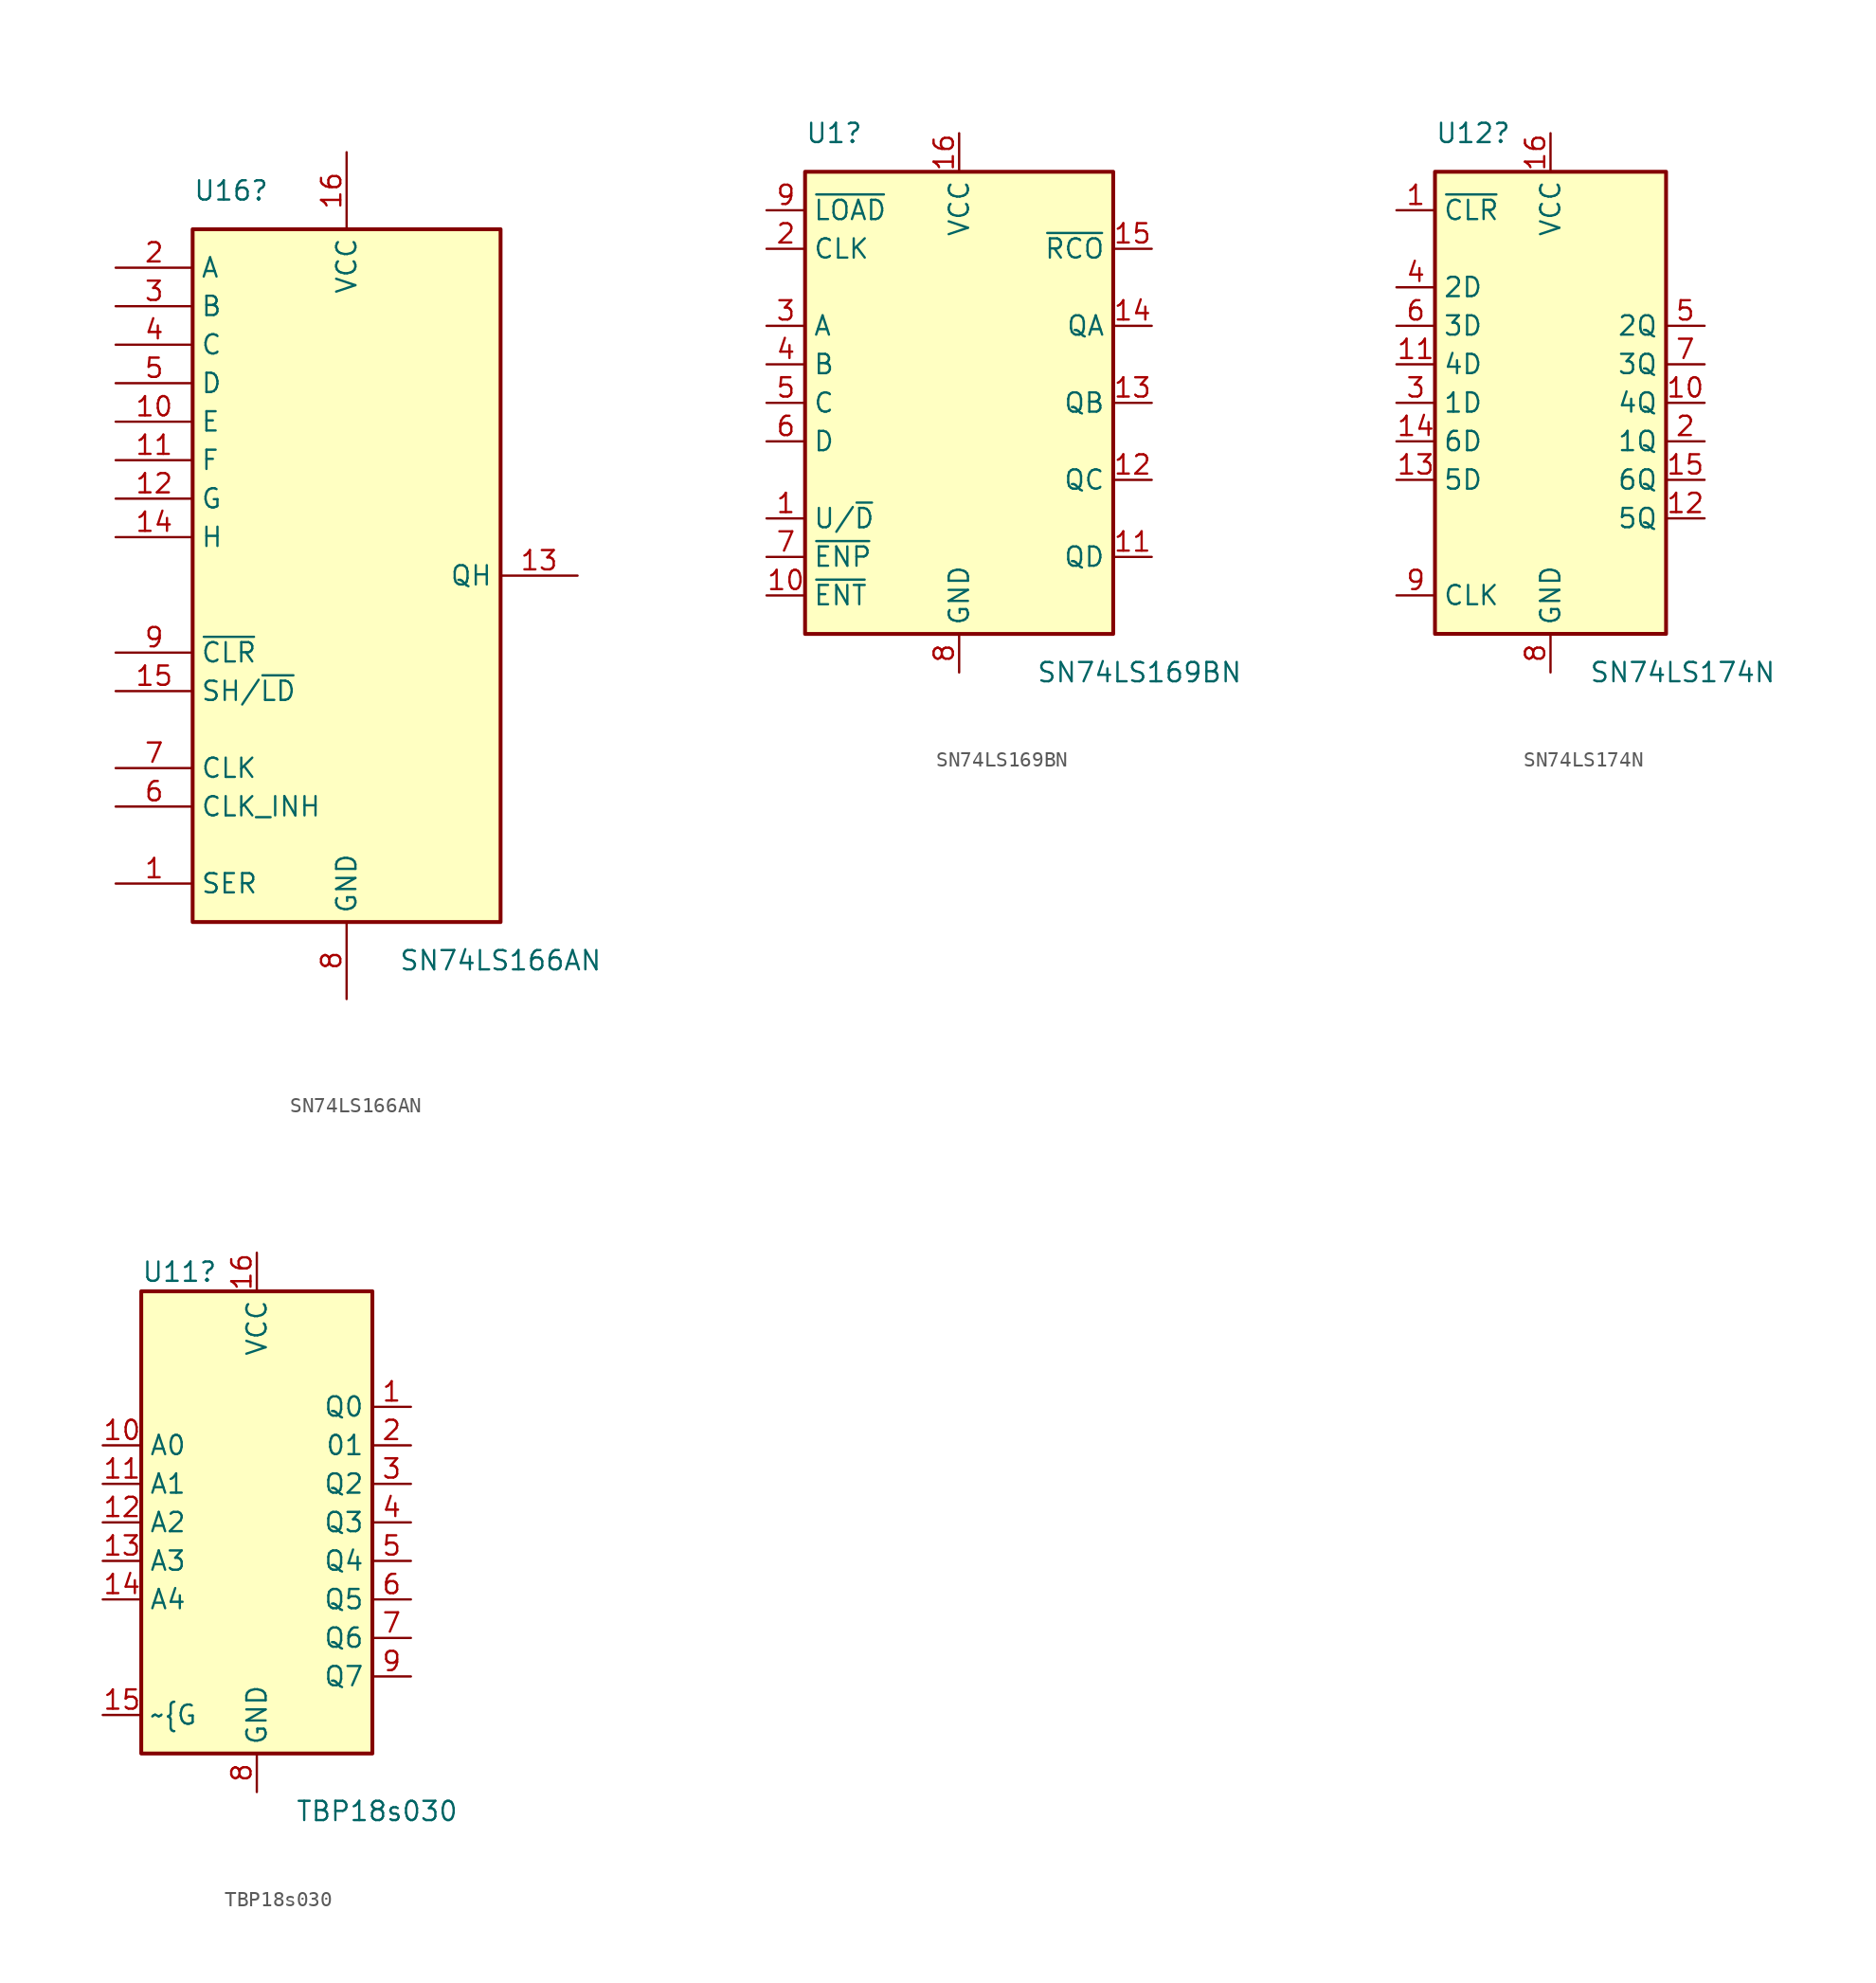
<source format=kicad_sym>
(kicad_symbol_lib
  (version 20211014)
  (generator kicad_symbol_editor)
  (symbol "SN74LS166AN"
    (property "Reference" "U16"
      (at -7.62 25.4 0)
      (effects (font (size 1.27 1.27))))
    (property "Value" "SN74LS166AN"
      (at 10.16 -25.4 0)
      (effects (font (size 1.27 1.27))))
    (symbol "SN74LS166AN_0_0"
      (pin input line (at -15.24 -20.32 0) (length 5.08) (name "SER" (effects (font (size 1.27 1.27)))) (number "1" (effects (font (size 1.27 1.27)))))
      (pin input line (at -15.24 10.16 0) (length 5.08) (name "E" (effects (font (size 1.27 1.27)))) (number "10" (effects (font (size 1.27 1.27)))))
      (pin input line (at -15.24 7.62 0) (length 5.08) (name "F" (effects (font (size 1.27 1.27)))) (number "11" (effects (font (size 1.27 1.27)))))
      (pin input line (at -15.24 5.08 0) (length 5.08) (name "G" (effects (font (size 1.27 1.27)))) (number "12" (effects (font (size 1.27 1.27)))))
      (pin output line (at 15.24 0 180) (length 5.08) (name "QH" (effects (font (size 1.27 1.27)))) (number "13" (effects (font (size 1.27 1.27)))))
      (pin input line (at -15.24 2.54 0) (length 5.08) (name "H" (effects (font (size 1.27 1.27)))) (number "14" (effects (font (size 1.27 1.27)))))
      (pin input line (at -15.24 -7.62 0) (length 5.08) (name "SH/~{LD}" (effects (font (size 1.27 1.27)))) (number "15" (effects (font (size 1.27 1.27)))))
      (pin passive line (at 0 27.94 270) (length 5.08) (name "VCC" (effects (font (size 1.27 1.27)))) (number "16" (effects (font (size 1.27 1.27)))))
      (pin input line (at -15.24 20.32 0) (length 5.08) (name "A" (effects (font (size 1.27 1.27)))) (number "2" (effects (font (size 1.27 1.27)))))
      (pin input line (at -15.24 17.78 0) (length 5.08) (name "B" (effects (font (size 1.27 1.27)))) (number "3" (effects (font (size 1.27 1.27)))))
      (pin input line (at -15.24 15.24 0) (length 5.08) (name "C" (effects (font (size 1.27 1.27)))) (number "4" (effects (font (size 1.27 1.27)))))
      (pin input line (at -15.24 12.7 0) (length 5.08) (name "D" (effects (font (size 1.27 1.27)))) (number "5" (effects (font (size 1.27 1.27)))))
      (pin input line (at -15.24 -15.24 0) (length 5.08) (name "CLK_INH" (effects (font (size 1.27 1.27)))) (number "6" (effects (font (size 1.27 1.27)))))
      (pin input line (at -15.24 -12.7 0) (length 5.08) (name "CLK" (effects (font (size 1.27 1.27)))) (number "7" (effects (font (size 1.27 1.27)))))
      (pin passive line (at 0 -27.94 90) (length 5.08) (name "GND" (effects (font (size 1.27 1.27)))) (number "8" (effects (font (size 1.27 1.27)))))
      (pin input line (at -15.24 -5.08 0) (length 5.08) (name "~{CLR}" (effects (font (size 1.27 1.27)))) (number "9" (effects (font (size 1.27 1.27))))))
    (symbol "SN74LS166AN_0_1"
      (polyline (pts (xy -10.16 22.86) (xy 10.16 22.86) (xy 10.16 -22.86) (xy -10.16 -22.86) (xy -10.16 22.86)) (stroke (width 0.254) (type default) (color 0 0 0 0)) (fill (type background)))))
  (symbol "SN74LS169BN"
    (property "Reference" "U1"
      (at -10.16 17.78 0)
      (effects (font (size 1.27 1.27)) (justify left)))
    (property "Value" "SN74LS169BN"
      (at 5.08 -17.78 0)
      (effects (font (size 1.27 1.27)) (justify left)))
    (symbol "SN74LS169BN_0_0"
      (pin input line (at -12.7 -7.62 0) (length 2.54) (name "U/~{D}" (effects (font (size 1.27 1.27)))) (number "1" (effects (font (size 1.27 1.27)))))
      (pin input line (at -12.7 -12.7 0) (length 2.54) (name "~{ENT}" (effects (font (size 1.27 1.27)))) (number "10" (effects (font (size 1.27 1.27)))))
      (pin output line (at 12.7 -10.16 180) (length 2.54) (name "QD" (effects (font (size 1.27 1.27)))) (number "11" (effects (font (size 1.27 1.27)))))
      (pin output line (at 12.7 -5.08 180) (length 2.54) (name "QC" (effects (font (size 1.27 1.27)))) (number "12" (effects (font (size 1.27 1.27)))))
      (pin output line (at 12.7 0 180) (length 2.54) (name "QB" (effects (font (size 1.27 1.27)))) (number "13" (effects (font (size 1.27 1.27)))))
      (pin output line (at 12.7 5.08 180) (length 2.54) (name "QA" (effects (font (size 1.27 1.27)))) (number "14" (effects (font (size 1.27 1.27)))))
      (pin output line (at 12.7 10.16 180) (length 2.54) (name "~{RCO}" (effects (font (size 1.27 1.27)))) (number "15" (effects (font (size 1.27 1.27)))))
      (pin power_in line (at 0 17.78 270) (length 2.54) (name "VCC" (effects (font (size 1.27 1.27)))) (number "16" (effects (font (size 1.27 1.27)))))
      (pin input line (at -12.7 10.16 0) (length 2.54) (name "CLK" (effects (font (size 1.27 1.27)))) (number "2" (effects (font (size 1.27 1.27)))))
      (pin input line (at -12.7 5.08 0) (length 2.54) (name "A" (effects (font (size 1.27 1.27)))) (number "3" (effects (font (size 1.27 1.27)))))
      (pin input line (at -12.7 2.54 0) (length 2.54) (name "B" (effects (font (size 1.27 1.27)))) (number "4" (effects (font (size 1.27 1.27)))))
      (pin input line (at -12.7 0 0) (length 2.54) (name "C" (effects (font (size 1.27 1.27)))) (number "5" (effects (font (size 1.27 1.27)))))
      (pin input line (at -12.7 -2.54 0) (length 2.54) (name "D" (effects (font (size 1.27 1.27)))) (number "6" (effects (font (size 1.27 1.27)))))
      (pin input line (at -12.7 -10.16 0) (length 2.54) (name "~{ENP}" (effects (font (size 1.27 1.27)))) (number "7" (effects (font (size 1.27 1.27)))))
      (pin power_in line (at 0 -17.78 90) (length 2.54) (name "GND" (effects (font (size 1.27 1.27)))) (number "8" (effects (font (size 1.27 1.27)))))
      (pin input line (at -12.7 12.7 0) (length 2.54) (name "~{LOAD}" (effects (font (size 1.27 1.27)))) (number "9" (effects (font (size 1.27 1.27))))))
    (symbol "SN74LS169BN_0_1"
      (polyline (pts (xy -10.16 15.24) (xy 10.16 15.24) (xy 10.16 -15.24) (xy -10.16 -15.24) (xy -10.16 15.24)) (stroke (width 0.254) (type default) (color 0 0 0 0)) (fill (type background)))))
  (symbol "SN74LS174N"
    (property "Reference" "U12"
      (at -7.62 17.78 0)
      (effects (font (size 1.27 1.27)) (justify left)))
    (property "Value" "SN74LS174N"
      (at 2.54 -17.78 0)
      (effects (font (size 1.27 1.27)) (justify left)))
    (symbol "SN74LS174N_0_0"
      (pin input line (at -10.16 12.7 0) (length 2.54) (name "~{CLR}" (effects (font (size 1.27 1.27)))) (number "1" (effects (font (size 1.27 1.27)))))
      (pin output line (at 10.16 0 180) (length 2.54) (name "4Q" (effects (font (size 1.27 1.27)))) (number "10" (effects (font (size 1.27 1.27)))))
      (pin input line (at -10.16 2.54 0) (length 2.54) (name "4D" (effects (font (size 1.27 1.27)))) (number "11" (effects (font (size 1.27 1.27)))))
      (pin output line (at 10.16 -7.62 180) (length 2.54) (name "5Q" (effects (font (size 1.27 1.27)))) (number "12" (effects (font (size 1.27 1.27)))))
      (pin input line (at -10.16 -5.08 0) (length 2.54) (name "5D" (effects (font (size 1.27 1.27)))) (number "13" (effects (font (size 1.27 1.27)))))
      (pin input line (at -10.16 -2.54 0) (length 2.54) (name "6D" (effects (font (size 1.27 1.27)))) (number "14" (effects (font (size 1.27 1.27)))))
      (pin output line (at 10.16 -5.08 180) (length 2.54) (name "6Q" (effects (font (size 1.27 1.27)))) (number "15" (effects (font (size 1.27 1.27)))))
      (pin power_in line (at 0 17.78 270) (length 2.54) (name "VCC" (effects (font (size 1.27 1.27)))) (number "16" (effects (font (size 1.27 1.27)))))
      (pin output line (at 10.16 -2.54 180) (length 2.54) (name "1Q" (effects (font (size 1.27 1.27)))) (number "2" (effects (font (size 1.27 1.27)))))
      (pin input line (at -10.16 0 0) (length 2.54) (name "1D" (effects (font (size 1.27 1.27)))) (number "3" (effects (font (size 1.27 1.27)))))
      (pin input line (at -10.16 7.62 0) (length 2.54) (name "2D" (effects (font (size 1.27 1.27)))) (number "4" (effects (font (size 1.27 1.27)))))
      (pin output line (at 10.16 5.08 180) (length 2.54) (name "2Q" (effects (font (size 1.27 1.27)))) (number "5" (effects (font (size 1.27 1.27)))))
      (pin input line (at -10.16 5.08 0) (length 2.54) (name "3D" (effects (font (size 1.27 1.27)))) (number "6" (effects (font (size 1.27 1.27)))))
      (pin output line (at 10.16 2.54 180) (length 2.54) (name "3Q" (effects (font (size 1.27 1.27)))) (number "7" (effects (font (size 1.27 1.27)))))
      (pin power_in line (at 0 -17.78 90) (length 2.54) (name "GND" (effects (font (size 1.27 1.27)))) (number "8" (effects (font (size 1.27 1.27)))))
      (pin input line (at -10.16 -12.7 0) (length 2.54) (name "CLK" (effects (font (size 1.27 1.27)))) (number "9" (effects (font (size 1.27 1.27))))))
    (symbol "SN74LS174N_0_1"
      (polyline (pts (xy -7.62 15.24) (xy 7.62 15.24) (xy 7.62 -15.24) (xy -7.62 -15.24) (xy -7.62 15.24)) (stroke (width 0.254) (type default) (color 0 0 0 0)) (fill (type background)))))
  (symbol "TBP18s030"
    (property "Reference" "U11"
      (at -7.62 16.51 0)
      (effects (font (size 1.27 1.27)) (justify left)))
    (property "Value" "TBP18s030"
      (at 2.54 -19.05 0)
      (effects (font (size 1.27 1.27)) (justify left)))
    (symbol "TBP18s030_0_1"
      (rectangle (start -7.62 15.24) (end 7.62 -15.24) (stroke (width 0.254) (type default) (color 0 0 0 0)) (fill (type background))))
    (symbol "TBP18s030_1_1"
      (pin output line (at 10.16 7.62 180) (length 2.54) (name "Q0" (effects (font (size 1.27 1.27)))) (number "1" (effects (font (size 1.27 1.27)))))
      (pin input line (at -10.16 5.08 0) (length 2.54) (name "A0" (effects (font (size 1.27 1.27)))) (number "10" (effects (font (size 1.27 1.27)))))
      (pin input line (at -10.16 2.54 0) (length 2.54) (name "A1" (effects (font (size 1.27 1.27)))) (number "11" (effects (font (size 1.27 1.27)))))
      (pin input line (at -10.16 0 0) (length 2.54) (name "A2" (effects (font (size 1.27 1.27)))) (number "12" (effects (font (size 1.27 1.27)))))
      (pin input line (at -10.16 -2.54 0) (length 2.54) (name "A3" (effects (font (size 1.27 1.27)))) (number "13" (effects (font (size 1.27 1.27)))))
      (pin input line (at -10.16 -5.08 0) (length 2.54) (name "A4" (effects (font (size 1.27 1.27)))) (number "14" (effects (font (size 1.27 1.27)))))
      (pin input line (at -10.16 -12.7 0) (length 2.54) (name "~{G" (effects (font (size 1.27 1.27)))) (number "15" (effects (font (size 1.27 1.27)))))
      (pin power_in line (at 0 17.78 270) (length 2.54) (name "VCC" (effects (font (size 1.27 1.27)))) (number "16" (effects (font (size 1.27 1.27)))))
      (pin output line (at 10.16 5.08 180) (length 2.54) (name "01" (effects (font (size 1.27 1.27)))) (number "2" (effects (font (size 1.27 1.27)))))
      (pin output line (at 10.16 2.54 180) (length 2.54) (name "Q2" (effects (font (size 1.27 1.27)))) (number "3" (effects (font (size 1.27 1.27)))))
      (pin output line (at 10.16 0 180) (length 2.54) (name "Q3" (effects (font (size 1.27 1.27)))) (number "4" (effects (font (size 1.27 1.27)))))
      (pin output line (at 10.16 -2.54 180) (length 2.54) (name "Q4" (effects (font (size 1.27 1.27)))) (number "5" (effects (font (size 1.27 1.27)))))
      (pin output line (at 10.16 -5.08 180) (length 2.54) (name "Q5" (effects (font (size 1.27 1.27)))) (number "6" (effects (font (size 1.27 1.27)))))
      (pin output line (at 10.16 -7.62 180) (length 2.54) (name "Q6" (effects (font (size 1.27 1.27)))) (number "7" (effects (font (size 1.27 1.27)))))
      (pin power_in line (at 0 -17.78 90) (length 2.54) (name "GND" (effects (font (size 1.27 1.27)))) (number "8" (effects (font (size 1.27 1.27)))))
      (pin output line (at 10.16 -10.16 180) (length 2.54) (name "Q7" (effects (font (size 1.27 1.27)))) (number "9" (effects (font (size 1.27 1.27))))))))
</source>
